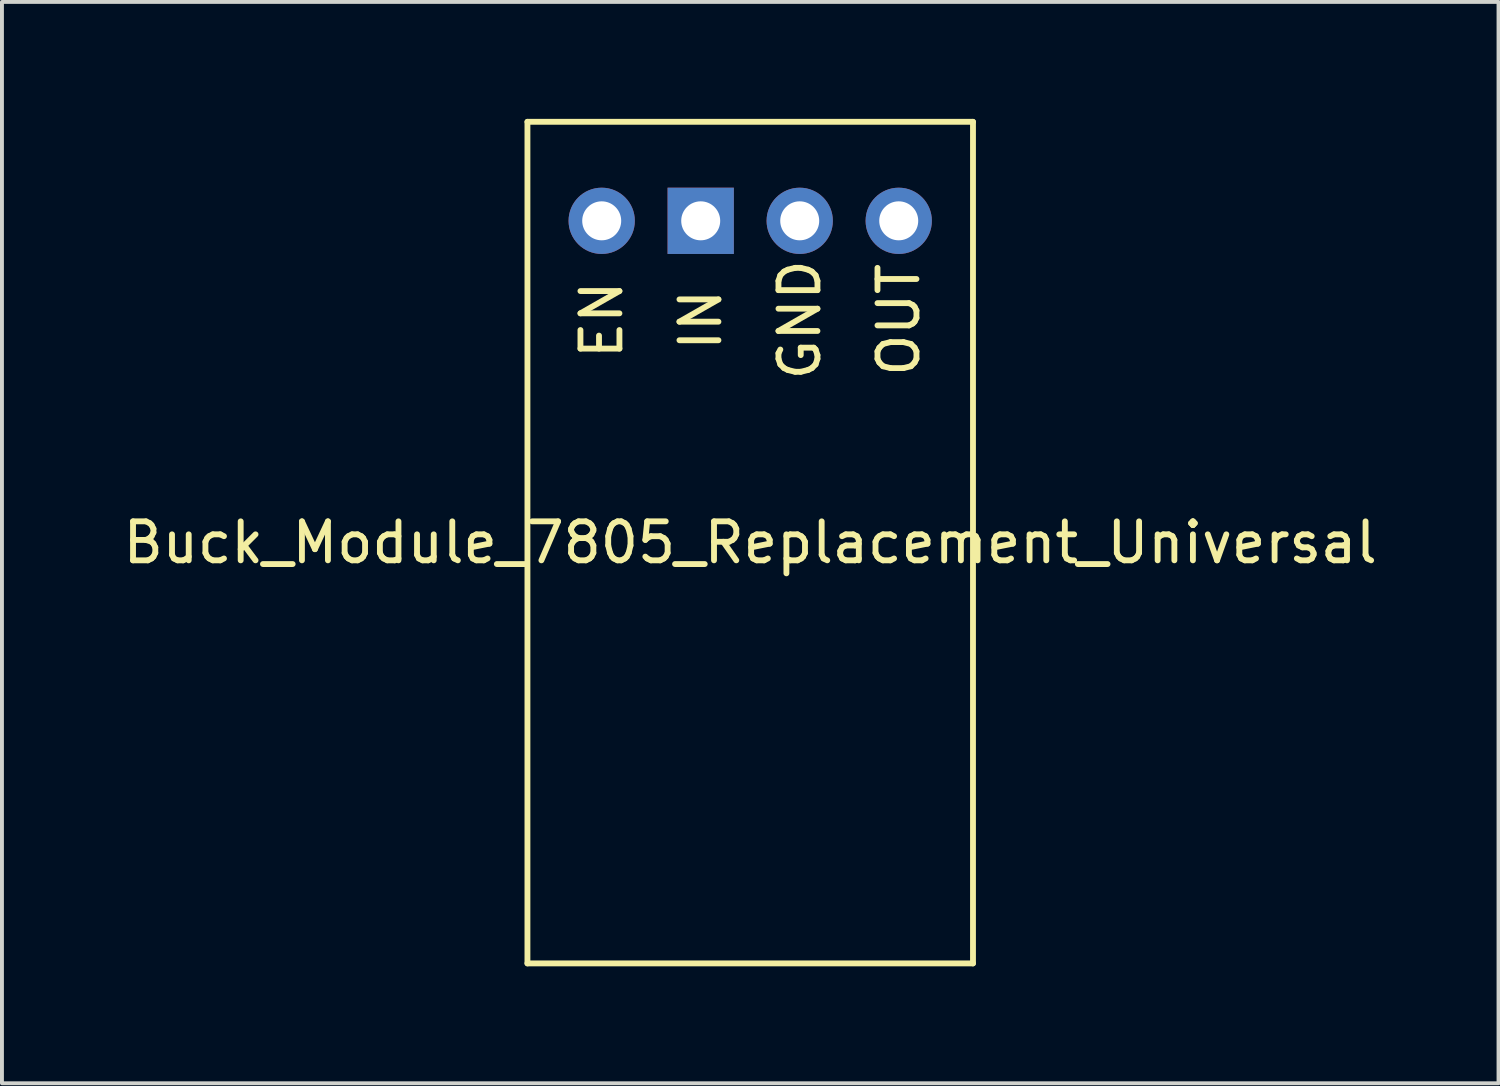
<source format=kicad_pcb>
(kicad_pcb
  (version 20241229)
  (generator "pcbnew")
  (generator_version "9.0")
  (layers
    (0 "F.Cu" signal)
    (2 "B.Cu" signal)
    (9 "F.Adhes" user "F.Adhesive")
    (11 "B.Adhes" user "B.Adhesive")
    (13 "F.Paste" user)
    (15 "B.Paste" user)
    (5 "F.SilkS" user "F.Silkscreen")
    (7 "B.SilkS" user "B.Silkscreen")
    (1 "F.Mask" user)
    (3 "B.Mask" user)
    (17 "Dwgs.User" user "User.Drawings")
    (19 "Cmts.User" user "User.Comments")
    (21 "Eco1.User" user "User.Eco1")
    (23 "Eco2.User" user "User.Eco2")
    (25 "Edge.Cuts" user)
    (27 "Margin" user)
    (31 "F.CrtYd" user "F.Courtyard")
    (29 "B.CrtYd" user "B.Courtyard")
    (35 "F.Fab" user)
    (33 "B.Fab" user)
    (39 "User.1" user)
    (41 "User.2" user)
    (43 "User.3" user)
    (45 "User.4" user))
  (footprint "Buck_Module_7805_Replacement_Universal"
    (layer "F.Cu")
    (at 17.466 2.615)
    (property "Reference" "Buck_Module_7805_Replacement_Universal" (at -1.27 8.255 0) (layer "F.SilkS") (effects (font (size 1 1) (thickness 0.15))))
    (attr through_hole)
    (fp_line (start -6.985 -2.54) (end -6.985 19.05) (stroke (width 0.15) (type solid)) (layer "F.SilkS"))
    (fp_line (start -6.985 -2.54) (end 4.445 -2.54) (stroke (width 0.15) (type solid)) (layer "F.SilkS"))
    (fp_line (start 4.445 19.05) (end -6.985 19.05) (stroke (width 0.15) (type solid)) (layer "F.SilkS"))
    (fp_line (start 4.445 19.05) (end 4.445 -2.54) (stroke (width 0.15) (type solid)) (layer "F.SilkS"))
    (fp_text user "EN" (at -5.08 2.54 90) (layer "F.SilkS") (effects (font (size 1 1) (thickness 0.15))))
    (fp_text user "OUT" (at 2.54 2.54 90) (layer "F.SilkS") (effects (font (size 1 1) (thickness 0.15))))
    (fp_text user "GND" (at 0 2.54 90) (layer "F.SilkS") (effects (font (size 1 1) (thickness 0.15))))
    (fp_text user "IN" (at -2.54 2.54 90) (layer "F.SilkS") (effects (font (size 1 1) (thickness 0.15))))
    (pad "1" thru_hole rect (at -2.54 0) (size 1.7 1.7) (drill 1) (layers "*.Cu" "*.Mask"))
    (pad "2" thru_hole circle (at 0 0) (size 1.7 1.7) (drill 1) (layers "*.Cu" "*.Mask"))
    (pad "3" thru_hole circle (at 2.54 0) (size 1.7 1.7) (drill 1) (layers "*.Cu" "*.Mask"))
    (pad "4" thru_hole circle (at -5.08 0) (size 1.7 1.7) (drill 1) (layers "*.Cu" "*.Mask")))
  (gr_rect
    (start -3 -3)
    (end 35.393 24.74)
    (stroke (width 0.1) (type default))
    (fill no)
    (layer "Edge.Cuts")))
</source>
